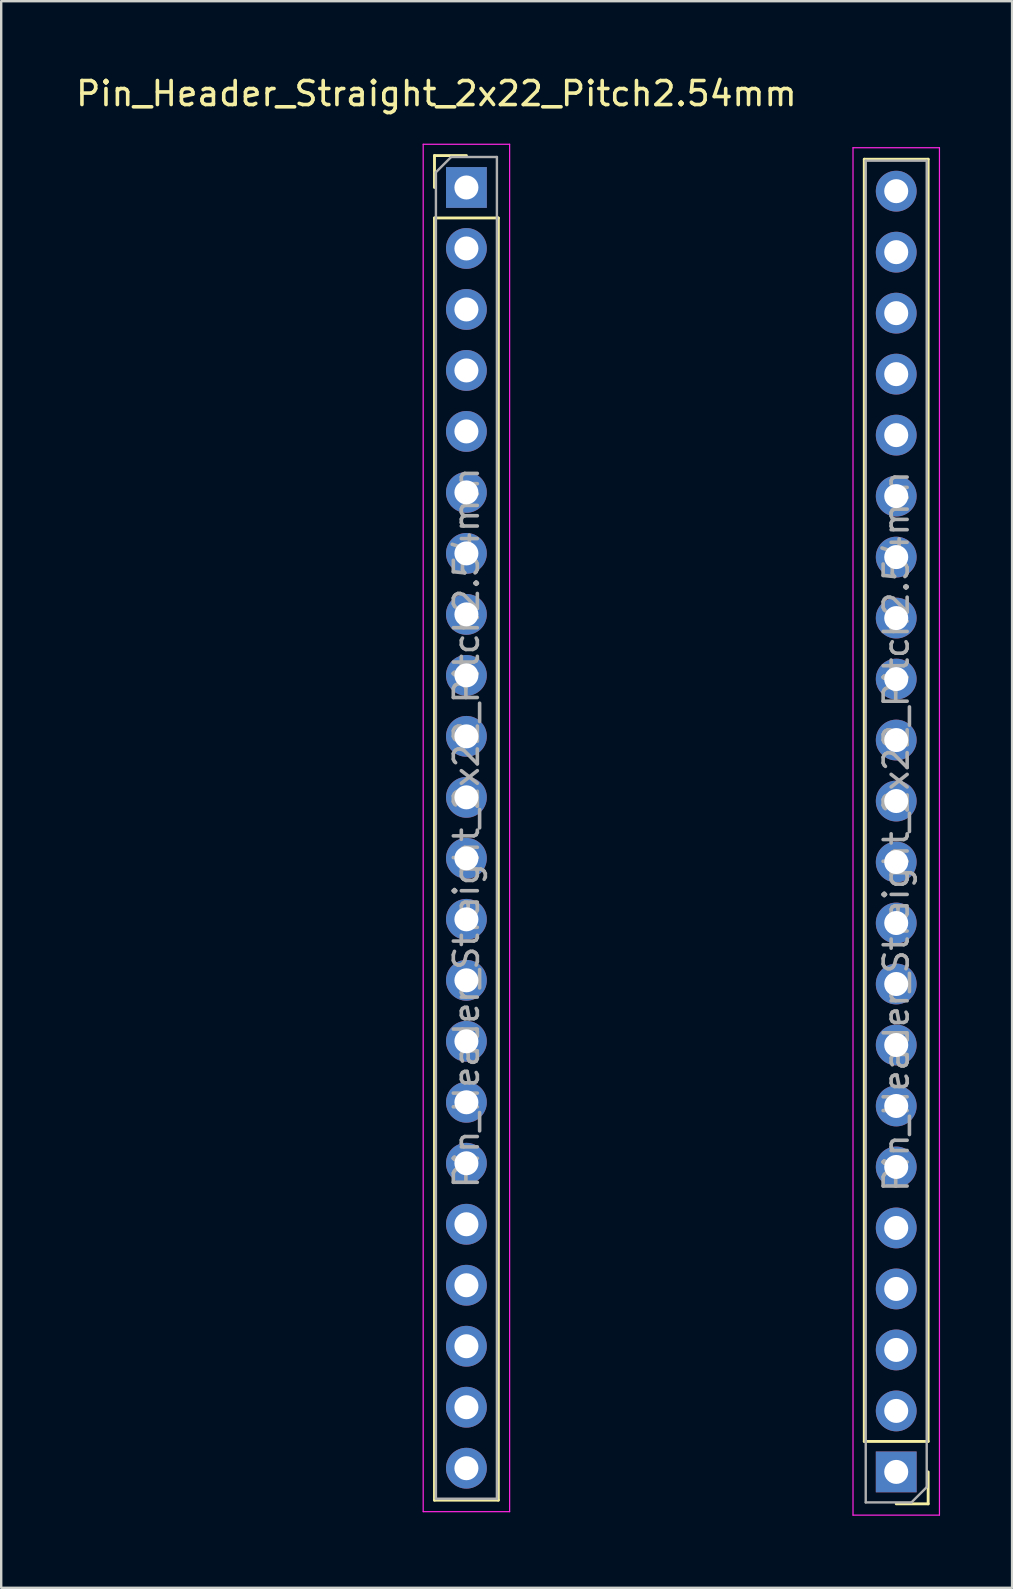
<source format=kicad_pcb>
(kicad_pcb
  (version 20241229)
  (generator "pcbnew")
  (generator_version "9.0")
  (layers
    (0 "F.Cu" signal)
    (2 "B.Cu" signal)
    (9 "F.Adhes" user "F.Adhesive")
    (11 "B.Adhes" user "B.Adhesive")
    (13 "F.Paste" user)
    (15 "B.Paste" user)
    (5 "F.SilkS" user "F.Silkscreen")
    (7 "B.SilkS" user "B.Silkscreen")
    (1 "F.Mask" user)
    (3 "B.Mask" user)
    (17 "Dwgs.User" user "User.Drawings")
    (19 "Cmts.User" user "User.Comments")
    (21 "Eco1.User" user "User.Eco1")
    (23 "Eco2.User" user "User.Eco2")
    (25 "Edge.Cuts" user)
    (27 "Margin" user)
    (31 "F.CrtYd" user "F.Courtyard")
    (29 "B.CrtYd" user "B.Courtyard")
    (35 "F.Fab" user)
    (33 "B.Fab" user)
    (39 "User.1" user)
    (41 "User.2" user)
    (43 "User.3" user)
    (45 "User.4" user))
  (footprint "Pin_Header_Straight_2x22_Pitch2.54mm"
    (layer "F.Cu")
    (at 25.375 31.348)
    (property "Reference" "Pin_Header_Straight_2x22_Pitch2.54mm" (at -10.25 -30.5 0) (layer "F.SilkS") (effects (font (size 1 1) (thickness 0.15))))
    (attr through_hole)
    (fp_line (start -10.33 -27.92) (end -9 -27.92) (stroke (width 0.12) (type solid)) (layer "F.SilkS"))
    (fp_line (start -10.33 -26.59) (end -10.33 -27.92) (stroke (width 0.12) (type solid)) (layer "F.SilkS"))
    (fp_line (start -10.33 -25.32) (end -10.33 28.08) (stroke (width 0.12) (type solid)) (layer "F.SilkS"))
    (fp_line (start -10.33 -25.32) (end -7.67 -25.32) (stroke (width 0.12) (type solid)) (layer "F.SilkS"))
    (fp_line (start -10.33 28.08) (end -7.67 28.08) (stroke (width 0.12) (type solid)) (layer "F.SilkS"))
    (fp_line (start -7.67 -25.32) (end -7.67 28.08) (stroke (width 0.12) (type solid)) (layer "F.SilkS"))
    (fp_line (start 7.571 25.634) (end 7.571 -27.766) (stroke (width 0.12) (type solid)) (layer "F.SilkS"))
    (fp_line (start 10.231 -27.766) (end 7.571 -27.766) (stroke (width 0.12) (type solid)) (layer "F.SilkS"))
    (fp_line (start 10.231 25.634) (end 7.571 25.634) (stroke (width 0.12) (type solid)) (layer "F.SilkS"))
    (fp_line (start 10.231 25.634) (end 10.231 -27.766) (stroke (width 0.12) (type solid)) (layer "F.SilkS"))
    (fp_line (start 10.231 26.904) (end 10.231 28.234) (stroke (width 0.12) (type solid)) (layer "F.SilkS"))
    (fp_line (start 10.231 28.234) (end 8.901 28.234) (stroke (width 0.12) (type solid)) (layer "F.SilkS"))
    (fp_line (start -10.8 -28.39) (end -10.8 28.56) (stroke (width 0.05) (type solid)) (layer "F.CrtYd"))
    (fp_line (start -10.8 28.56) (end -7.2 28.56) (stroke (width 0.05) (type solid)) (layer "F.CrtYd"))
    (fp_line (start -7.2 -28.39) (end -10.8 -28.39) (stroke (width 0.05) (type solid)) (layer "F.CrtYd"))
    (fp_line (start -7.2 28.56) (end -7.2 -28.39) (stroke (width 0.05) (type solid)) (layer "F.CrtYd"))
    (fp_line (start 7.101 -28.246) (end 7.101 28.704) (stroke (width 0.05) (type solid)) (layer "F.CrtYd"))
    (fp_line (start 7.101 28.704) (end 10.701 28.704) (stroke (width 0.05) (type solid)) (layer "F.CrtYd"))
    (fp_line (start 10.701 -28.246) (end 7.101 -28.246) (stroke (width 0.05) (type solid)) (layer "F.CrtYd"))
    (fp_line (start 10.701 28.704) (end 10.701 -28.246) (stroke (width 0.05) (type solid)) (layer "F.CrtYd"))
    (fp_line (start -10.27 -27.225) (end -9.635 -27.86) (stroke (width 0.1) (type solid)) (layer "F.Fab"))
    (fp_line (start -10.27 28.02) (end -10.27 -27.225) (stroke (width 0.1) (type solid)) (layer "F.Fab"))
    (fp_line (start -9.635 -27.86) (end -7.73 -27.86) (stroke (width 0.1) (type solid)) (layer "F.Fab"))
    (fp_line (start -7.73 -27.86) (end -7.73 28.02) (stroke (width 0.1) (type solid)) (layer "F.Fab"))
    (fp_line (start -7.73 28.02) (end -10.27 28.02) (stroke (width 0.1) (type solid)) (layer "F.Fab"))
    (fp_line (start 7.631 -27.706) (end 10.171 -27.706) (stroke (width 0.1) (type solid)) (layer "F.Fab"))
    (fp_line (start 7.631 28.174) (end 7.631 -27.706) (stroke (width 0.1) (type solid)) (layer "F.Fab"))
    (fp_line (start 9.536 28.174) (end 7.631 28.174) (stroke (width 0.1) (type solid)) (layer "F.Fab"))
    (fp_line (start 10.171 -27.706) (end 10.171 27.539) (stroke (width 0.1) (type solid)) (layer "F.Fab"))
    (fp_line (start 10.171 27.539) (end 9.536 28.174) (stroke (width 0.1) (type solid)) (layer "F.Fab"))
    (fp_text user "${REFERENCE}" (at -9 0.08 90) (layer "F.Fab") (effects (font (size 1 1) (thickness 0.15))))
    (fp_text user "${REFERENCE}" (at 8.901 0.234 270) (layer "F.Fab") (effects (font (size 1 1) (thickness 0.15))))
    (pad "1" thru_hole rect (at -9 -26.59) (size 1.7 1.7) (drill 1) (layers "*.Cu" "*.Mask"))
    (pad "1" thru_hole rect (at 8.901 26.904 180) (size 1.7 1.7) (drill 1) (layers "*.Cu" "*.Mask"))
    (pad "2" thru_hole oval (at -9 -24.05) (size 1.7 1.7) (drill 1) (layers "*.Cu" "*.Mask"))
    (pad "2" thru_hole oval (at 8.901 24.364 180) (size 1.7 1.7) (drill 1) (layers "*.Cu" "*.Mask"))
    (pad "3" thru_hole oval (at -9 -21.51) (size 1.7 1.7) (drill 1) (layers "*.Cu" "*.Mask"))
    (pad "3" thru_hole oval (at 8.901 21.824 180) (size 1.7 1.7) (drill 1) (layers "*.Cu" "*.Mask"))
    (pad "4" thru_hole oval (at -9 -18.97) (size 1.7 1.7) (drill 1) (layers "*.Cu" "*.Mask"))
    (pad "4" thru_hole oval (at 8.901 19.284 180) (size 1.7 1.7) (drill 1) (layers "*.Cu" "*.Mask"))
    (pad "5" thru_hole oval (at -9 -16.43) (size 1.7 1.7) (drill 1) (layers "*.Cu" "*.Mask"))
    (pad "5" thru_hole oval (at 8.901 16.744 180) (size 1.7 1.7) (drill 1) (layers "*.Cu" "*.Mask"))
    (pad "6" thru_hole oval (at -9 -13.89) (size 1.7 1.7) (drill 1) (layers "*.Cu" "*.Mask"))
    (pad "6" thru_hole oval (at 8.901 14.204 180) (size 1.7 1.7) (drill 1) (layers "*.Cu" "*.Mask"))
    (pad "7" thru_hole oval (at -9 -11.35) (size 1.7 1.7) (drill 1) (layers "*.Cu" "*.Mask"))
    (pad "7" thru_hole oval (at 8.901 11.664 180) (size 1.7 1.7) (drill 1) (layers "*.Cu" "*.Mask"))
    (pad "8" thru_hole oval (at -9 -8.81) (size 1.7 1.7) (drill 1) (layers "*.Cu" "*.Mask"))
    (pad "8" thru_hole oval (at 8.901 9.124 180) (size 1.7 1.7) (drill 1) (layers "*.Cu" "*.Mask"))
    (pad "9" thru_hole oval (at -9 -6.27) (size 1.7 1.7) (drill 1) (layers "*.Cu" "*.Mask"))
    (pad "9" thru_hole oval (at 8.901 6.584 180) (size 1.7 1.7) (drill 1) (layers "*.Cu" "*.Mask"))
    (pad "10" thru_hole oval (at -9 -3.73) (size 1.7 1.7) (drill 1) (layers "*.Cu" "*.Mask"))
    (pad "10" thru_hole oval (at 8.901 4.044 180) (size 1.7 1.7) (drill 1) (layers "*.Cu" "*.Mask"))
    (pad "11" thru_hole oval (at -9 -1.19) (size 1.7 1.7) (drill 1) (layers "*.Cu" "*.Mask"))
    (pad "11" thru_hole oval (at 8.901 1.504 180) (size 1.7 1.7) (drill 1) (layers "*.Cu" "*.Mask"))
    (pad "12" thru_hole oval (at -9 1.35) (size 1.7 1.7) (drill 1) (layers "*.Cu" "*.Mask"))
    (pad "12" thru_hole oval (at 8.901 -1.036 180) (size 1.7 1.7) (drill 1) (layers "*.Cu" "*.Mask"))
    (pad "13" thru_hole oval (at -9 3.89) (size 1.7 1.7) (drill 1) (layers "*.Cu" "*.Mask"))
    (pad "13" thru_hole oval (at 8.901 -3.576 180) (size 1.7 1.7) (drill 1) (layers "*.Cu" "*.Mask"))
    (pad "14" thru_hole oval (at -9 6.43) (size 1.7 1.7) (drill 1) (layers "*.Cu" "*.Mask"))
    (pad "14" thru_hole oval (at 8.901 -6.116 180) (size 1.7 1.7) (drill 1) (layers "*.Cu" "*.Mask"))
    (pad "15" thru_hole oval (at -9 8.97) (size 1.7 1.7) (drill 1) (layers "*.Cu" "*.Mask"))
    (pad "15" thru_hole oval (at 8.901 -8.656 180) (size 1.7 1.7) (drill 1) (layers "*.Cu" "*.Mask"))
    (pad "16" thru_hole oval (at -9 11.51) (size 1.7 1.7) (drill 1) (layers "*.Cu" "*.Mask"))
    (pad "16" thru_hole oval (at 8.901 -11.196 180) (size 1.7 1.7) (drill 1) (layers "*.Cu" "*.Mask"))
    (pad "17" thru_hole oval (at -9 14.05) (size 1.7 1.7) (drill 1) (layers "*.Cu" "*.Mask"))
    (pad "17" thru_hole oval (at 8.901 -13.736 180) (size 1.7 1.7) (drill 1) (layers "*.Cu" "*.Mask"))
    (pad "18" thru_hole oval (at -9 16.59) (size 1.7 1.7) (drill 1) (layers "*.Cu" "*.Mask"))
    (pad "18" thru_hole oval (at 8.901 -16.276 180) (size 1.7 1.7) (drill 1) (layers "*.Cu" "*.Mask"))
    (pad "19" thru_hole oval (at -9 19.13) (size 1.7 1.7) (drill 1) (layers "*.Cu" "*.Mask"))
    (pad "19" thru_hole oval (at 8.901 -18.816 180) (size 1.7 1.7) (drill 1) (layers "*.Cu" "*.Mask"))
    (pad "20" thru_hole oval (at -9 21.67) (size 1.7 1.7) (drill 1) (layers "*.Cu" "*.Mask"))
    (pad "20" thru_hole oval (at 8.901 -21.356 180) (size 1.7 1.7) (drill 1) (layers "*.Cu" "*.Mask"))
    (pad "21" thru_hole oval (at -9 24.21) (size 1.7 1.7) (drill 1) (layers "*.Cu" "*.Mask"))
    (pad "21" thru_hole oval (at 8.901 -23.896 180) (size 1.7 1.7) (drill 1) (layers "*.Cu" "*.Mask"))
    (pad "22" thru_hole oval (at -9 26.75) (size 1.7 1.7) (drill 1) (layers "*.Cu" "*.Mask"))
    (pad "22" thru_hole oval (at 8.901 -26.436 180) (size 1.7 1.7) (drill 1) (layers "*.Cu" "*.Mask")))
  (gr_rect
    (start -3 -3)
    (end 39.101 63.078)
    (stroke (width 0.1) (type default))
    (fill no)
    (layer "Edge.Cuts")))
</source>
